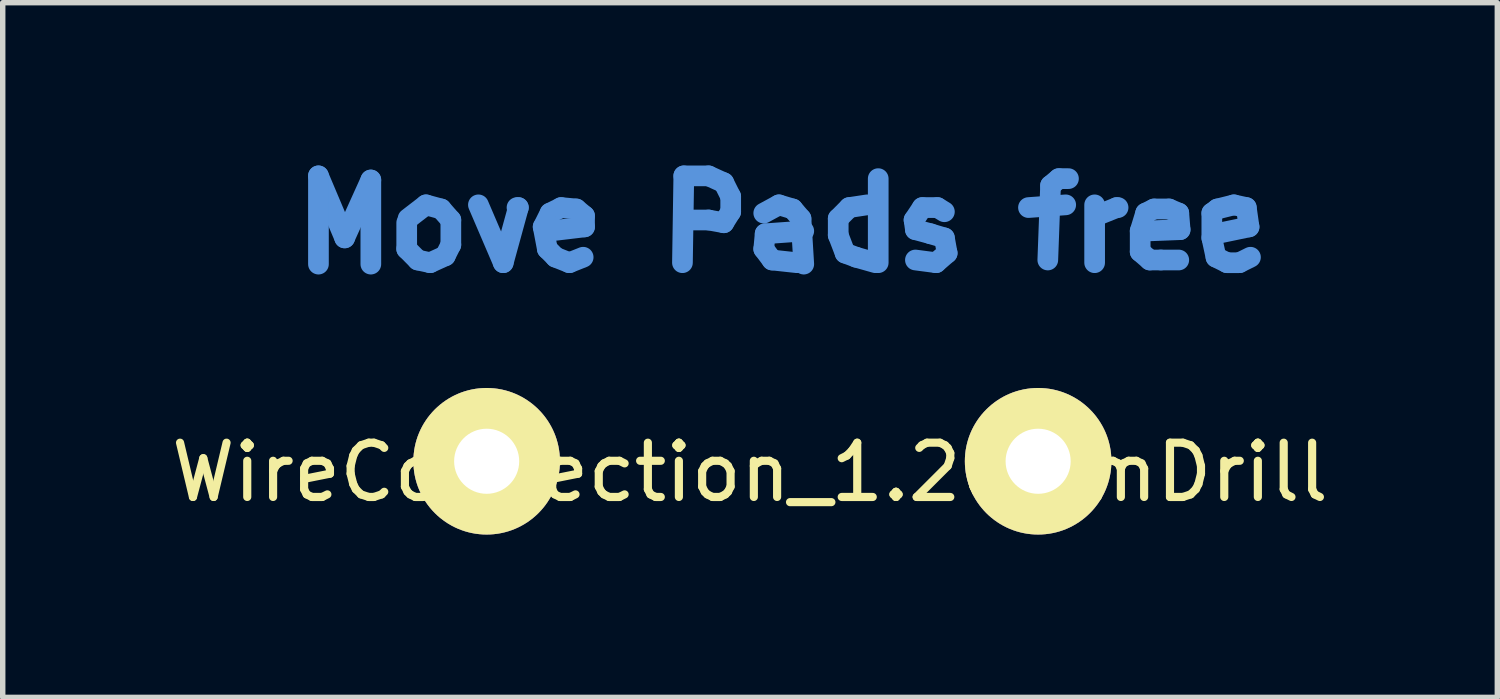
<source format=kicad_pcb>
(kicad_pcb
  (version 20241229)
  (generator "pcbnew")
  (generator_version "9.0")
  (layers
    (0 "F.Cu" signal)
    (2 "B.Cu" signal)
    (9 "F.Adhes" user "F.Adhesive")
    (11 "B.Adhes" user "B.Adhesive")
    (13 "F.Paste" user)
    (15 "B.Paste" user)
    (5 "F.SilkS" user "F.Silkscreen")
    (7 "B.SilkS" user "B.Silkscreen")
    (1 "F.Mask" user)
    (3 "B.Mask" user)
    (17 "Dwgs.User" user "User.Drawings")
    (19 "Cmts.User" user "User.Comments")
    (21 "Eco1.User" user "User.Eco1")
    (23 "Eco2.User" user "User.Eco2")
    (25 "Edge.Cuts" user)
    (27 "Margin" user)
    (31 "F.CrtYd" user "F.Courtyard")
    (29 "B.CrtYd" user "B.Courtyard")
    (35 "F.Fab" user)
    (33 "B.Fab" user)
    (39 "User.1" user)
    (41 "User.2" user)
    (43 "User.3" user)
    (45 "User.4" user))
  (footprint "WireConnection_1.20mmDrill"
    (layer "F.Cu")
    (at 5.916 5.448)
    (property "Reference" "WireConnection_1.20mmDrill" (at 4.851 0.203 0) (layer "F.SilkS") (effects (font (size 1 1) (thickness 0.15))))
    (attr through_hole)
    (fp_line (start -3.099 -5.258) (end -2.616 -4.115) (stroke (width 0.381) (type solid)) (layer "Cmts.User"))
    (fp_line (start -3.099 -3.632) (end -3.099 -5.258) (stroke (width 0.381) (type solid)) (layer "Cmts.User"))
    (fp_line (start -2.616 -4.115) (end -2.134 -5.182) (stroke (width 0.381) (type solid)) (layer "Cmts.User"))
    (fp_line (start -2.134 -5.182) (end -2.134 -3.632) (stroke (width 0.381) (type solid)) (layer "Cmts.User"))
    (fp_line (start -1.473 -4.394) (end -1.473 -3.912) (stroke (width 0.381) (type solid)) (layer "Cmts.User"))
    (fp_line (start -1.473 -3.912) (end -1.27 -3.708) (stroke (width 0.381) (type solid)) (layer "Cmts.User"))
    (fp_line (start -1.27 -3.708) (end -1.041 -3.658) (stroke (width 0.381) (type solid)) (layer "Cmts.User"))
    (fp_line (start -1.118 -4.724) (end -1.448 -4.47) (stroke (width 0.381) (type solid)) (layer "Cmts.User"))
    (fp_line (start -1.041 -3.658) (end -0.762 -3.785) (stroke (width 0.381) (type solid)) (layer "Cmts.User"))
    (fp_line (start -0.838 -4.648) (end -1.118 -4.724) (stroke (width 0.381) (type solid)) (layer "Cmts.User"))
    (fp_line (start -0.762 -3.785) (end -0.66 -3.988) (stroke (width 0.381) (type solid)) (layer "Cmts.User"))
    (fp_line (start -0.66 -4.445) (end -0.838 -4.648) (stroke (width 0.381) (type solid)) (layer "Cmts.User"))
    (fp_line (start -0.66 -3.988) (end -0.66 -4.445) (stroke (width 0.381) (type solid)) (layer "Cmts.User"))
    (fp_line (start -0.152 -4.724) (end 0.305 -3.658) (stroke (width 0.381) (type solid)) (layer "Cmts.User"))
    (fp_line (start 0.305 -3.658) (end 0.584 -4.674) (stroke (width 0.381) (type solid)) (layer "Cmts.User"))
    (fp_line (start 0.584 -4.674) (end 0.559 -4.674) (stroke (width 0.381) (type solid)) (layer "Cmts.User"))
    (fp_line (start 1.041 -4.318) (end 1.168 -4.572) (stroke (width 0.381) (type solid)) (layer "Cmts.User"))
    (fp_line (start 1.118 -3.912) (end 1.041 -4.318) (stroke (width 0.381) (type solid)) (layer "Cmts.User"))
    (fp_line (start 1.168 -4.572) (end 1.372 -4.674) (stroke (width 0.381) (type solid)) (layer "Cmts.User"))
    (fp_line (start 1.27 -3.759) (end 1.118 -3.912) (stroke (width 0.381) (type solid)) (layer "Cmts.User"))
    (fp_line (start 1.372 -4.674) (end 1.651 -4.648) (stroke (width 0.381) (type solid)) (layer "Cmts.User"))
    (fp_line (start 1.524 -3.658) (end 1.27 -3.759) (stroke (width 0.381) (type solid)) (layer "Cmts.User"))
    (fp_line (start 1.651 -4.648) (end 1.803 -4.521) (stroke (width 0.381) (type solid)) (layer "Cmts.User"))
    (fp_line (start 1.778 -3.759) (end 1.524 -3.658) (stroke (width 0.381) (type solid)) (layer "Cmts.User"))
    (fp_line (start 1.803 -4.521) (end 1.803 -4.318) (stroke (width 0.381) (type solid)) (layer "Cmts.User"))
    (fp_line (start 1.803 -4.318) (end 1.168 -4.242) (stroke (width 0.381) (type solid)) (layer "Cmts.User"))
    (fp_line (start 3.607 -3.658) (end 3.632 -5.258) (stroke (width 0.381) (type solid)) (layer "Cmts.User"))
    (fp_line (start 3.632 -5.258) (end 4.089 -5.258) (stroke (width 0.381) (type solid)) (layer "Cmts.User"))
    (fp_line (start 4.089 -5.258) (end 4.369 -5.131) (stroke (width 0.381) (type solid)) (layer "Cmts.User"))
    (fp_line (start 4.089 -4.445) (end 3.632 -4.445) (stroke (width 0.381) (type solid)) (layer "Cmts.User"))
    (fp_line (start 4.369 -5.131) (end 4.496 -4.877) (stroke (width 0.381) (type solid)) (layer "Cmts.User"))
    (fp_line (start 4.369 -4.394) (end 4.089 -4.445) (stroke (width 0.381) (type solid)) (layer "Cmts.User"))
    (fp_line (start 4.496 -4.877) (end 4.496 -4.597) (stroke (width 0.381) (type solid)) (layer "Cmts.User"))
    (fp_line (start 4.496 -4.597) (end 4.369 -4.394) (stroke (width 0.381) (type solid)) (layer "Cmts.User"))
    (fp_line (start 5.105 -4.572) (end 5.385 -4.724) (stroke (width 0.381) (type solid)) (layer "Cmts.User"))
    (fp_line (start 5.105 -3.912) (end 5.131 -4.191) (stroke (width 0.381) (type solid)) (layer "Cmts.User"))
    (fp_line (start 5.131 -4.191) (end 5.842 -4.242) (stroke (width 0.381) (type solid)) (layer "Cmts.User"))
    (fp_line (start 5.258 -3.708) (end 5.105 -3.912) (stroke (width 0.381) (type solid)) (layer "Cmts.User"))
    (fp_line (start 5.385 -4.724) (end 5.639 -4.648) (stroke (width 0.381) (type solid)) (layer "Cmts.User"))
    (fp_line (start 5.639 -4.648) (end 5.791 -4.47) (stroke (width 0.381) (type solid)) (layer "Cmts.User"))
    (fp_line (start 5.715 -3.658) (end 5.258 -3.708) (stroke (width 0.381) (type solid)) (layer "Cmts.User"))
    (fp_line (start 5.791 -4.47) (end 5.842 -3.632) (stroke (width 0.381) (type solid)) (layer "Cmts.User"))
    (fp_line (start 6.477 -4.47) (end 6.68 -4.674) (stroke (width 0.381) (type solid)) (layer "Cmts.User"))
    (fp_line (start 6.477 -4.166) (end 6.477 -4.47) (stroke (width 0.381) (type solid)) (layer "Cmts.User"))
    (fp_line (start 6.604 -3.835) (end 6.477 -4.166) (stroke (width 0.381) (type solid)) (layer "Cmts.User"))
    (fp_line (start 6.68 -4.674) (end 7.01 -4.724) (stroke (width 0.381) (type solid)) (layer "Cmts.User"))
    (fp_line (start 6.807 -3.759) (end 6.604 -3.835) (stroke (width 0.381) (type solid)) (layer "Cmts.User"))
    (fp_line (start 7.163 -3.658) (end 6.807 -3.759) (stroke (width 0.381) (type solid)) (layer "Cmts.User"))
    (fp_line (start 7.214 -5.207) (end 7.214 -3.658) (stroke (width 0.381) (type solid)) (layer "Cmts.User"))
    (fp_line (start 7.874 -4.445) (end 7.899 -4.267) (stroke (width 0.381) (type solid)) (layer "Cmts.User"))
    (fp_line (start 7.899 -4.267) (end 8.179 -4.191) (stroke (width 0.381) (type solid)) (layer "Cmts.User"))
    (fp_line (start 8.026 -4.674) (end 7.874 -4.445) (stroke (width 0.381) (type solid)) (layer "Cmts.User"))
    (fp_line (start 8.179 -4.191) (end 8.433 -4.115) (stroke (width 0.381) (type solid)) (layer "Cmts.User"))
    (fp_line (start 8.28 -3.658) (end 7.899 -3.708) (stroke (width 0.381) (type solid)) (layer "Cmts.User"))
    (fp_line (start 8.306 -4.674) (end 8.026 -4.674) (stroke (width 0.381) (type solid)) (layer "Cmts.User"))
    (fp_line (start 8.433 -4.597) (end 8.306 -4.674) (stroke (width 0.381) (type solid)) (layer "Cmts.User"))
    (fp_line (start 8.433 -4.115) (end 8.484 -3.835) (stroke (width 0.381) (type solid)) (layer "Cmts.User"))
    (fp_line (start 8.484 -3.835) (end 8.28 -3.658) (stroke (width 0.381) (type solid)) (layer "Cmts.User"))
    (fp_line (start 9.982 -4.674) (end 10.668 -4.724) (stroke (width 0.381) (type solid)) (layer "Cmts.User"))
    (fp_line (start 10.389 -5.08) (end 10.338 -3.708) (stroke (width 0.381) (type solid)) (layer "Cmts.User"))
    (fp_line (start 10.541 -5.207) (end 10.389 -5.08) (stroke (width 0.381) (type solid)) (layer "Cmts.User"))
    (fp_line (start 10.719 -5.207) (end 10.541 -5.207) (stroke (width 0.381) (type solid)) (layer "Cmts.User"))
    (fp_line (start 11.201 -4.724) (end 11.201 -3.658) (stroke (width 0.381) (type solid)) (layer "Cmts.User"))
    (fp_line (start 11.227 -4.521) (end 11.608 -4.674) (stroke (width 0.381) (type solid)) (layer "Cmts.User"))
    (fp_line (start 11.608 -4.674) (end 11.633 -4.674) (stroke (width 0.381) (type solid)) (layer "Cmts.User"))
    (fp_line (start 12.04 -4.242) (end 12.141 -4.572) (stroke (width 0.381) (type solid)) (layer "Cmts.User"))
    (fp_line (start 12.04 -3.861) (end 12.04 -4.242) (stroke (width 0.381) (type solid)) (layer "Cmts.User"))
    (fp_line (start 12.141 -4.572) (end 12.294 -4.648) (stroke (width 0.381) (type solid)) (layer "Cmts.User"))
    (fp_line (start 12.217 -3.708) (end 12.04 -3.861) (stroke (width 0.381) (type solid)) (layer "Cmts.User"))
    (fp_line (start 12.294 -4.648) (end 12.573 -4.648) (stroke (width 0.381) (type solid)) (layer "Cmts.User"))
    (fp_line (start 12.421 -3.708) (end 12.217 -3.708) (stroke (width 0.381) (type solid)) (layer "Cmts.User"))
    (fp_line (start 12.573 -4.648) (end 12.751 -4.572) (stroke (width 0.381) (type solid)) (layer "Cmts.User"))
    (fp_line (start 12.751 -4.572) (end 12.776 -4.267) (stroke (width 0.381) (type solid)) (layer "Cmts.User"))
    (fp_line (start 12.751 -3.708) (end 12.421 -3.708) (stroke (width 0.381) (type solid)) (layer "Cmts.User"))
    (fp_line (start 12.776 -4.267) (end 12.141 -4.242) (stroke (width 0.381) (type solid)) (layer "Cmts.User"))
    (fp_line (start 13.36 -4.572) (end 13.462 -4.648) (stroke (width 0.381) (type solid)) (layer "Cmts.User"))
    (fp_line (start 13.36 -4.115) (end 13.36 -4.572) (stroke (width 0.381) (type solid)) (layer "Cmts.User"))
    (fp_line (start 13.437 -4.191) (end 13.437 -4.242) (stroke (width 0.381) (type solid)) (layer "Cmts.User"))
    (fp_line (start 13.437 -3.759) (end 13.36 -4.115) (stroke (width 0.381) (type solid)) (layer "Cmts.User"))
    (fp_line (start 13.462 -4.648) (end 13.767 -4.724) (stroke (width 0.381) (type solid)) (layer "Cmts.User"))
    (fp_line (start 13.64 -3.658) (end 13.437 -3.759) (stroke (width 0.381) (type solid)) (layer "Cmts.User"))
    (fp_line (start 13.767 -4.724) (end 13.995 -4.674) (stroke (width 0.381) (type solid)) (layer "Cmts.User"))
    (fp_line (start 13.868 -3.658) (end 13.64 -3.658) (stroke (width 0.381) (type solid)) (layer "Cmts.User"))
    (fp_line (start 13.995 -4.674) (end 14.046 -4.318) (stroke (width 0.381) (type solid)) (layer "Cmts.User"))
    (fp_line (start 14.046 -4.318) (end 13.437 -4.191) (stroke (width 0.381) (type solid)) (layer "Cmts.User"))
    (fp_line (start 14.072 -3.759) (end 13.868 -3.658) (stroke (width 0.381) (type solid)) (layer "Cmts.User"))
    (pad "1" thru_hole circle (at 0 0) (size 2.7 2.7) (drill 1.199) (layers "*.Cu" "*.Mask" "F.SilkS"))
    (pad "2" thru_hole circle (at 10.16 0) (size 2.7 2.7) (drill 1.199) (layers "*.Cu" "*.Mask" "F.SilkS")))
  (gr_rect
    (start -3 -3)
    (end 24.536 9.798)
    (stroke (width 0.1) (type default))
    (fill no)
    (layer "Edge.Cuts")))
</source>
